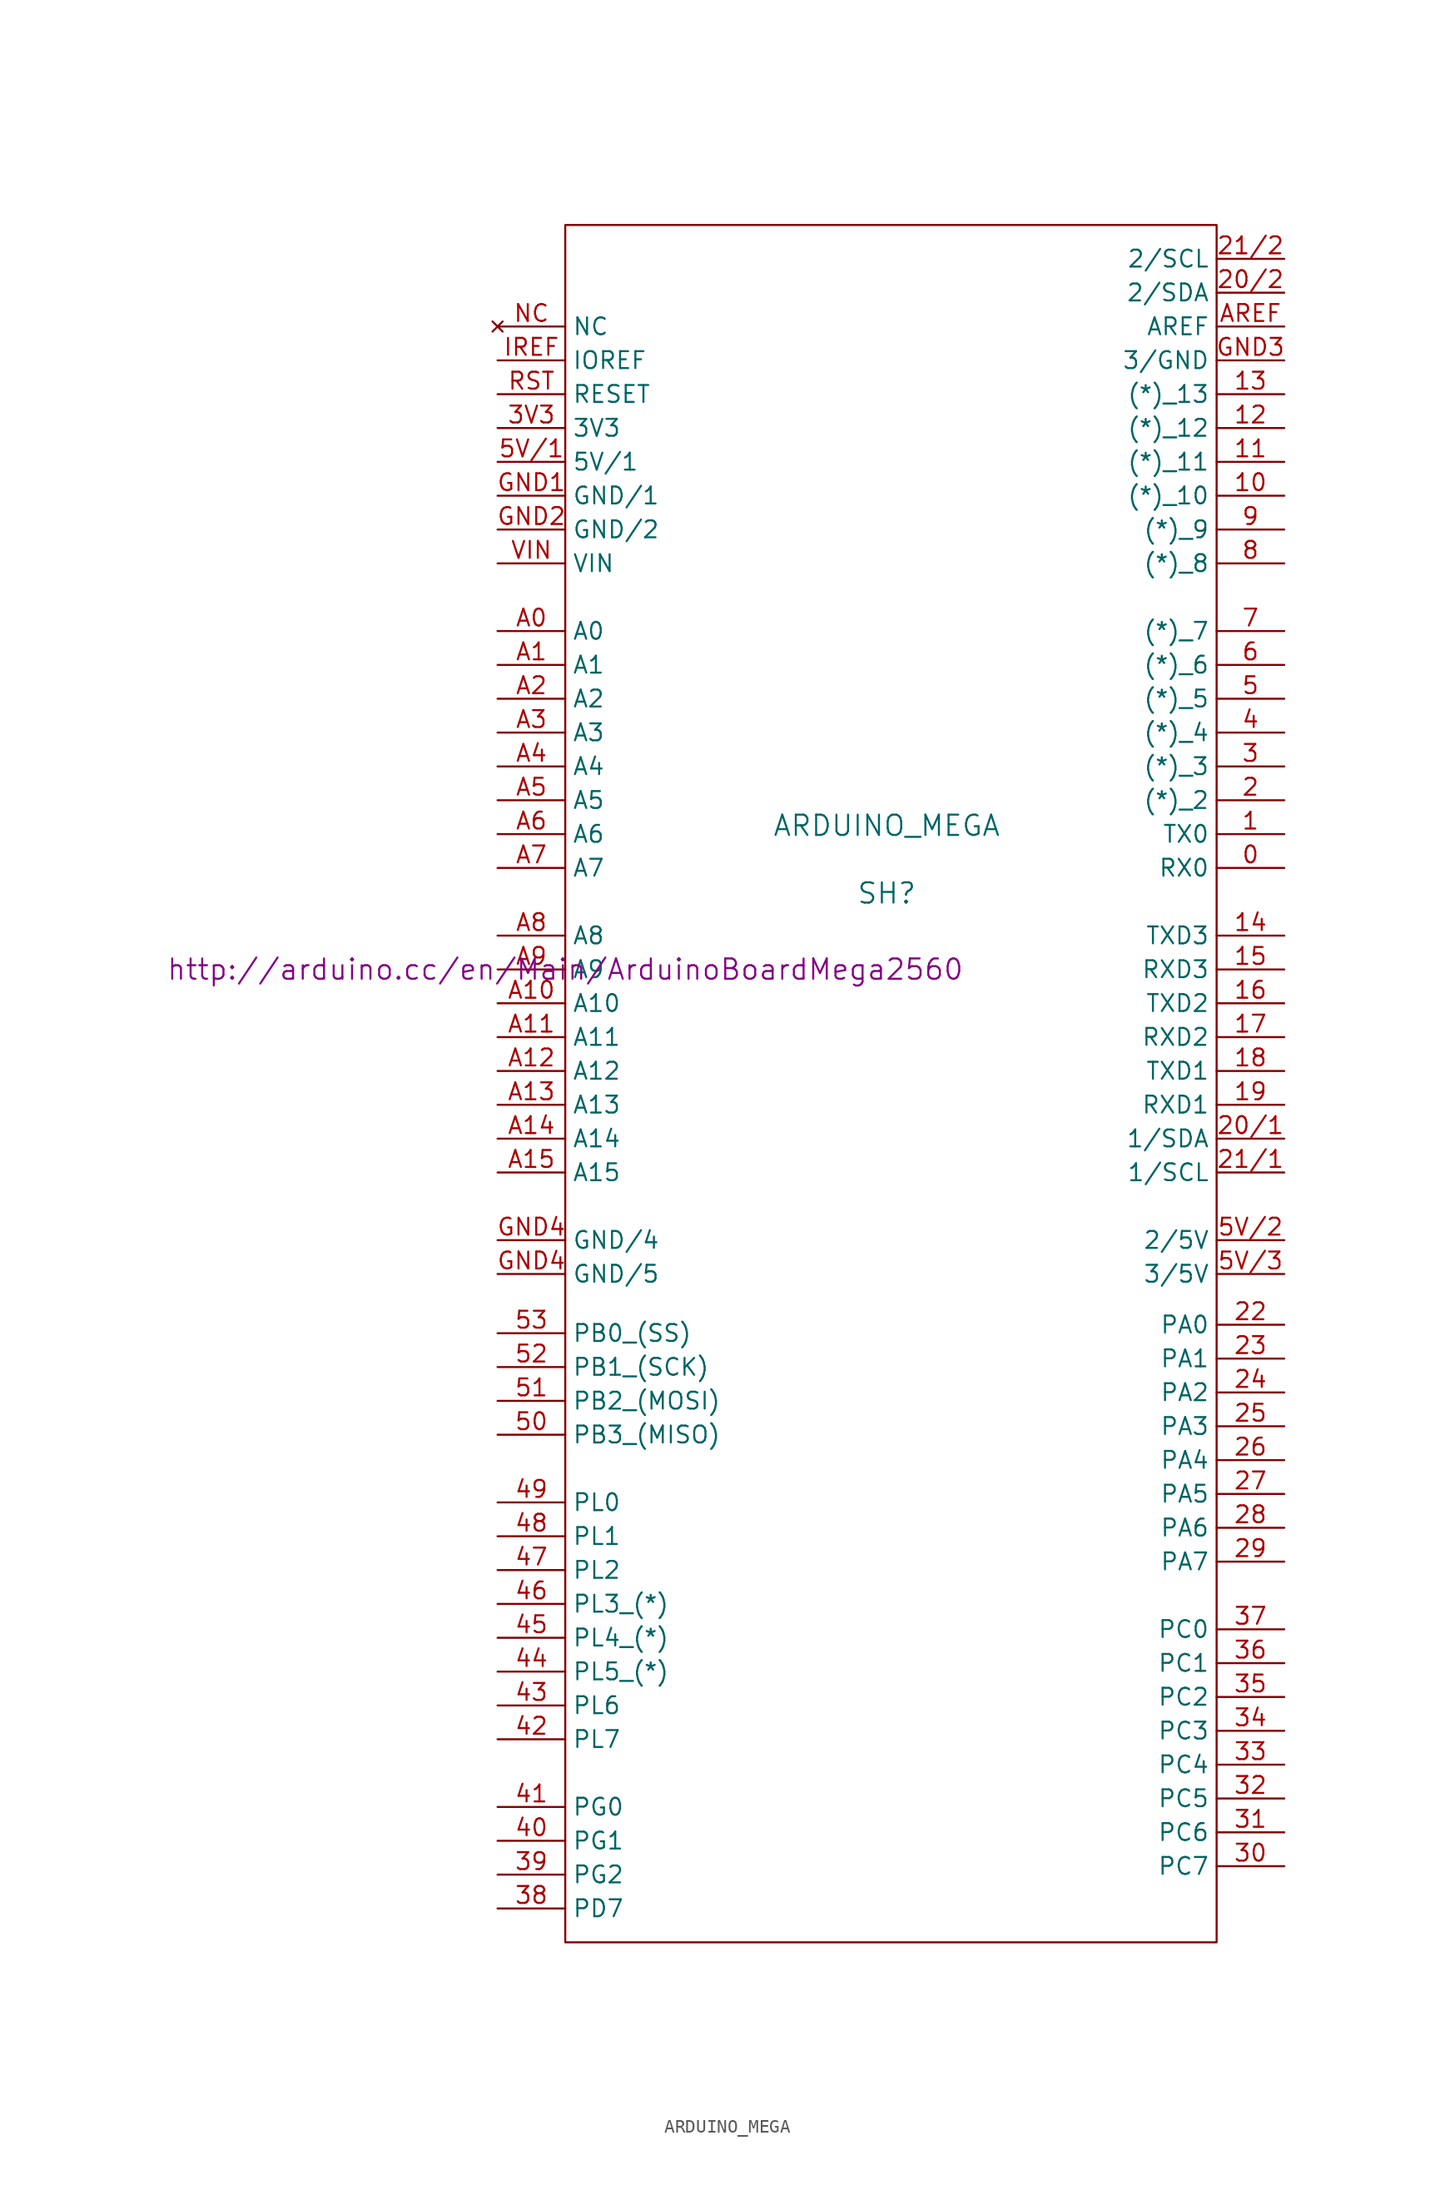
<source format=kicad_sym>
(kicad_symbol_lib
  (version 20220102)
  (generator kicad_symbol_editor)
  (symbol "ARDUINO_MEGA"
    (property "Reference" "SH"
      (at 0 13.335 0)
      (effects (font (size 1.524 1.524))))
    (property "Value" "ARDUINO_MEGA"
      (at 0 18.415 0)
      (effects (font (size 1.524 1.524))))
    (property "Footprint" ""
      (at -24.13 7.62 0)
      (effects (font (size 1.524 1.524))))
    (property "Datasheet" "http://arduino.cc/en/Main/ArduinoBoardMega2560"
      (at -24.13 7.62 0)
      (effects (font (size 1.524 1.524))))
    (symbol "ARDUINO_MEGA_0_1"
      (rectangle (start -24.13 -65.405) (end 24.765 63.5) (stroke (width 0) (type default)) (fill (type none))))
    (symbol "ARDUINO_MEGA_1_1"
      (pin input line (at 29.845 15.24 180) (length 5.08) (name "RX0" (effects (font (size 1.27 1.27)))) (number "0" (effects (font (size 1.27 1.27)))))
      (pin input line (at 29.845 17.78 180) (length 5.08) (name "TX0" (effects (font (size 1.27 1.27)))) (number "1" (effects (font (size 1.27 1.27)))))
      (pin input line (at 29.845 43.18 180) (length 5.08) (name "(*)_10" (effects (font (size 1.27 1.27)))) (number "10" (effects (font (size 1.27 1.27)))))
      (pin input line (at 29.845 45.72 180) (length 5.08) (name "(*)_11" (effects (font (size 1.27 1.27)))) (number "11" (effects (font (size 1.27 1.27)))))
      (pin input line (at 29.845 48.26 180) (length 5.08) (name "(*)_12" (effects (font (size 1.27 1.27)))) (number "12" (effects (font (size 1.27 1.27)))))
      (pin input line (at 29.845 50.8 180) (length 5.08) (name "(*)_13" (effects (font (size 1.27 1.27)))) (number "13" (effects (font (size 1.27 1.27)))))
      (pin input line (at 29.845 10.16 180) (length 5.08) (name "TXD3" (effects (font (size 1.27 1.27)))) (number "14" (effects (font (size 1.27 1.27)))))
      (pin input line (at 29.845 7.62 180) (length 5.08) (name "RXD3" (effects (font (size 1.27 1.27)))) (number "15" (effects (font (size 1.27 1.27)))))
      (pin input line (at 29.845 5.08 180) (length 5.08) (name "TXD2" (effects (font (size 1.27 1.27)))) (number "16" (effects (font (size 1.27 1.27)))))
      (pin input line (at 29.845 2.54 180) (length 5.08) (name "RXD2" (effects (font (size 1.27 1.27)))) (number "17" (effects (font (size 1.27 1.27)))))
      (pin input line (at 29.845 0 180) (length 5.08) (name "TXD1" (effects (font (size 1.27 1.27)))) (number "18" (effects (font (size 1.27 1.27)))))
      (pin input line (at 29.845 -2.54 180) (length 5.08) (name "RXD1" (effects (font (size 1.27 1.27)))) (number "19" (effects (font (size 1.27 1.27)))))
      (pin input line (at 29.845 20.32 180) (length 5.08) (name "(*)_2" (effects (font (size 1.27 1.27)))) (number "2" (effects (font (size 1.27 1.27)))))
      (pin input line (at 29.845 -5.08 180) (length 5.08) (name "1/SDA" (effects (font (size 1.27 1.27)))) (number "20/1" (effects (font (size 1.27 1.27)))))
      (pin input line (at 29.845 58.42 180) (length 5.08) (name "2/SDA" (effects (font (size 1.27 1.27)))) (number "20/2" (effects (font (size 1.27 1.27)))))
      (pin input line (at 29.845 -7.62 180) (length 5.08) (name "1/SCL" (effects (font (size 1.27 1.27)))) (number "21/1" (effects (font (size 1.27 1.27)))))
      (pin input line (at 29.845 60.96 180) (length 5.08) (name "2/SCL" (effects (font (size 1.27 1.27)))) (number "21/2" (effects (font (size 1.27 1.27)))))
      (pin input line (at 29.845 -19.05 180) (length 5.08) (name "PA0" (effects (font (size 1.27 1.27)))) (number "22" (effects (font (size 1.27 1.27)))))
      (pin input line (at 29.845 -21.59 180) (length 5.08) (name "PA1" (effects (font (size 1.27 1.27)))) (number "23" (effects (font (size 1.27 1.27)))))
      (pin input line (at 29.845 -24.13 180) (length 5.08) (name "PA2" (effects (font (size 1.27 1.27)))) (number "24" (effects (font (size 1.27 1.27)))))
      (pin input line (at 29.845 -26.67 180) (length 5.08) (name "PA3" (effects (font (size 1.27 1.27)))) (number "25" (effects (font (size 1.27 1.27)))))
      (pin input line (at 29.845 -29.21 180) (length 5.08) (name "PA4" (effects (font (size 1.27 1.27)))) (number "26" (effects (font (size 1.27 1.27)))))
      (pin input line (at 29.845 -31.75 180) (length 5.08) (name "PA5" (effects (font (size 1.27 1.27)))) (number "27" (effects (font (size 1.27 1.27)))))
      (pin input line (at 29.845 -34.29 180) (length 5.08) (name "PA6" (effects (font (size 1.27 1.27)))) (number "28" (effects (font (size 1.27 1.27)))))
      (pin input line (at 29.845 -36.83 180) (length 5.08) (name "PA7" (effects (font (size 1.27 1.27)))) (number "29" (effects (font (size 1.27 1.27)))))
      (pin input line (at 29.845 22.86 180) (length 5.08) (name "(*)_3" (effects (font (size 1.27 1.27)))) (number "3" (effects (font (size 1.27 1.27)))))
      (pin input line (at 29.845 -59.69 180) (length 5.08) (name "PC7" (effects (font (size 1.27 1.27)))) (number "30" (effects (font (size 1.27 1.27)))))
      (pin input line (at 29.845 -57.15 180) (length 5.08) (name "PC6" (effects (font (size 1.27 1.27)))) (number "31" (effects (font (size 1.27 1.27)))))
      (pin input line (at 29.845 -54.61 180) (length 5.08) (name "PC5" (effects (font (size 1.27 1.27)))) (number "32" (effects (font (size 1.27 1.27)))))
      (pin input line (at 29.845 -52.07 180) (length 5.08) (name "PC4" (effects (font (size 1.27 1.27)))) (number "33" (effects (font (size 1.27 1.27)))))
      (pin input line (at 29.845 -49.53 180) (length 5.08) (name "PC3" (effects (font (size 1.27 1.27)))) (number "34" (effects (font (size 1.27 1.27)))))
      (pin input line (at 29.845 -46.99 180) (length 5.08) (name "PC2" (effects (font (size 1.27 1.27)))) (number "35" (effects (font (size 1.27 1.27)))))
      (pin input line (at 29.845 -44.45 180) (length 5.08) (name "PC1" (effects (font (size 1.27 1.27)))) (number "36" (effects (font (size 1.27 1.27)))))
      (pin input line (at 29.845 -41.91 180) (length 5.08) (name "PC0" (effects (font (size 1.27 1.27)))) (number "37" (effects (font (size 1.27 1.27)))))
      (pin input line (at -29.21 -62.865 0) (length 5.08) (name "PD7" (effects (font (size 1.27 1.27)))) (number "38" (effects (font (size 1.27 1.27)))))
      (pin input line (at -29.21 -60.325 0) (length 5.08) (name "PG2" (effects (font (size 1.27 1.27)))) (number "39" (effects (font (size 1.27 1.27)))))
      (pin input line (at -29.21 48.26 0) (length 5.08) (name "3V3" (effects (font (size 1.27 1.27)))) (number "3V3" (effects (font (size 1.27 1.27)))))
      (pin input line (at 29.845 25.4 180) (length 5.08) (name "(*)_4" (effects (font (size 1.27 1.27)))) (number "4" (effects (font (size 1.27 1.27)))))
      (pin input line (at -29.21 -57.785 0) (length 5.08) (name "PG1" (effects (font (size 1.27 1.27)))) (number "40" (effects (font (size 1.27 1.27)))))
      (pin input line (at -29.21 -55.245 0) (length 5.08) (name "PG0" (effects (font (size 1.27 1.27)))) (number "41" (effects (font (size 1.27 1.27)))))
      (pin input line (at -29.21 -50.165 0) (length 5.08) (name "PL7" (effects (font (size 1.27 1.27)))) (number "42" (effects (font (size 1.27 1.27)))))
      (pin input line (at -29.21 -47.625 0) (length 5.08) (name "PL6" (effects (font (size 1.27 1.27)))) (number "43" (effects (font (size 1.27 1.27)))))
      (pin input line (at -29.21 -45.085 0) (length 5.08) (name "PL5_(*)" (effects (font (size 1.27 1.27)))) (number "44" (effects (font (size 1.27 1.27)))))
      (pin input line (at -29.21 -42.545 0) (length 5.08) (name "PL4_(*)" (effects (font (size 1.27 1.27)))) (number "45" (effects (font (size 1.27 1.27)))))
      (pin input line (at -29.21 -40.005 0) (length 5.08) (name "PL3_(*)" (effects (font (size 1.27 1.27)))) (number "46" (effects (font (size 1.27 1.27)))))
      (pin input line (at -29.21 -37.465 0) (length 5.08) (name "PL2" (effects (font (size 1.27 1.27)))) (number "47" (effects (font (size 1.27 1.27)))))
      (pin input line (at -29.21 -34.925 0) (length 5.08) (name "PL1" (effects (font (size 1.27 1.27)))) (number "48" (effects (font (size 1.27 1.27)))))
      (pin input line (at -29.21 -32.385 0) (length 5.08) (name "PL0" (effects (font (size 1.27 1.27)))) (number "49" (effects (font (size 1.27 1.27)))))
      (pin input line (at 29.845 27.94 180) (length 5.08) (name "(*)_5" (effects (font (size 1.27 1.27)))) (number "5" (effects (font (size 1.27 1.27)))))
      (pin input line (at -29.21 -27.305 0) (length 5.08) (name "PB3_(MISO)" (effects (font (size 1.27 1.27)))) (number "50" (effects (font (size 1.27 1.27)))))
      (pin input line (at -29.21 -24.765 0) (length 5.08) (name "PB2_(MOSI)" (effects (font (size 1.27 1.27)))) (number "51" (effects (font (size 1.27 1.27)))))
      (pin input line (at -29.21 -22.225 0) (length 5.08) (name "PB1_(SCK)" (effects (font (size 1.27 1.27)))) (number "52" (effects (font (size 1.27 1.27)))))
      (pin input line (at -29.21 -19.685 0) (length 5.08) (name "PB0_(SS)" (effects (font (size 1.27 1.27)))) (number "53" (effects (font (size 1.27 1.27)))))
      (pin input line (at -29.21 45.72 0) (length 5.08) (name "5V/1" (effects (font (size 1.27 1.27)))) (number "5V/1" (effects (font (size 1.27 1.27)))))
      (pin input line (at 29.845 -12.7 180) (length 5.08) (name "2/5V" (effects (font (size 1.27 1.27)))) (number "5V/2" (effects (font (size 1.27 1.27)))))
      (pin input line (at 29.845 -15.24 180) (length 5.08) (name "3/5V" (effects (font (size 1.27 1.27)))) (number "5V/3" (effects (font (size 1.27 1.27)))))
      (pin input line (at 29.845 30.48 180) (length 5.08) (name "(*)_6" (effects (font (size 1.27 1.27)))) (number "6" (effects (font (size 1.27 1.27)))))
      (pin input line (at 29.845 33.02 180) (length 5.08) (name "(*)_7" (effects (font (size 1.27 1.27)))) (number "7" (effects (font (size 1.27 1.27)))))
      (pin input line (at 29.845 38.1 180) (length 5.08) (name "(*)_8" (effects (font (size 1.27 1.27)))) (number "8" (effects (font (size 1.27 1.27)))))
      (pin input line (at 29.845 40.64 180) (length 5.08) (name "(*)_9" (effects (font (size 1.27 1.27)))) (number "9" (effects (font (size 1.27 1.27)))))
      (pin input line (at -29.21 33.02 0) (length 5.08) (name "A0" (effects (font (size 1.27 1.27)))) (number "A0" (effects (font (size 1.27 1.27)))))
      (pin input line (at -29.21 30.48 0) (length 5.08) (name "A1" (effects (font (size 1.27 1.27)))) (number "A1" (effects (font (size 1.27 1.27)))))
      (pin input line (at -29.21 5.08 0) (length 5.08) (name "A10" (effects (font (size 1.27 1.27)))) (number "A10" (effects (font (size 1.27 1.27)))))
      (pin input line (at -29.21 2.54 0) (length 5.08) (name "A11" (effects (font (size 1.27 1.27)))) (number "A11" (effects (font (size 1.27 1.27)))))
      (pin input line (at -29.21 0 0) (length 5.08) (name "A12" (effects (font (size 1.27 1.27)))) (number "A12" (effects (font (size 1.27 1.27)))))
      (pin input line (at -29.21 -2.54 0) (length 5.08) (name "A13" (effects (font (size 1.27 1.27)))) (number "A13" (effects (font (size 1.27 1.27)))))
      (pin input line (at -29.21 -5.08 0) (length 5.08) (name "A14" (effects (font (size 1.27 1.27)))) (number "A14" (effects (font (size 1.27 1.27)))))
      (pin input line (at -29.21 -7.62 0) (length 5.08) (name "A15" (effects (font (size 1.27 1.27)))) (number "A15" (effects (font (size 1.27 1.27)))))
      (pin input line (at -29.21 27.94 0) (length 5.08) (name "A2" (effects (font (size 1.27 1.27)))) (number "A2" (effects (font (size 1.27 1.27)))))
      (pin input line (at -29.21 25.4 0) (length 5.08) (name "A3" (effects (font (size 1.27 1.27)))) (number "A3" (effects (font (size 1.27 1.27)))))
      (pin input line (at -29.21 22.86 0) (length 5.08) (name "A4" (effects (font (size 1.27 1.27)))) (number "A4" (effects (font (size 1.27 1.27)))))
      (pin input line (at -29.21 20.32 0) (length 5.08) (name "A5" (effects (font (size 1.27 1.27)))) (number "A5" (effects (font (size 1.27 1.27)))))
      (pin input line (at -29.21 17.78 0) (length 5.08) (name "A6" (effects (font (size 1.27 1.27)))) (number "A6" (effects (font (size 1.27 1.27)))))
      (pin input line (at -29.21 15.24 0) (length 5.08) (name "A7" (effects (font (size 1.27 1.27)))) (number "A7" (effects (font (size 1.27 1.27)))))
      (pin input line (at -29.21 10.16 0) (length 5.08) (name "A8" (effects (font (size 1.27 1.27)))) (number "A8" (effects (font (size 1.27 1.27)))))
      (pin input line (at -29.21 7.62 0) (length 5.08) (name "A9" (effects (font (size 1.27 1.27)))) (number "A9" (effects (font (size 1.27 1.27)))))
      (pin input line (at 29.845 55.88 180) (length 5.08) (name "AREF" (effects (font (size 1.27 1.27)))) (number "AREF" (effects (font (size 1.27 1.27)))))
      (pin input line (at -29.21 43.18 0) (length 5.08) (name "GND/1" (effects (font (size 1.27 1.27)))) (number "GND1" (effects (font (size 1.27 1.27)))))
      (pin input line (at -29.21 40.64 0) (length 5.08) (name "GND/2" (effects (font (size 1.27 1.27)))) (number "GND2" (effects (font (size 1.27 1.27)))))
      (pin input line (at 29.845 53.34 180) (length 5.08) (name "3/GND" (effects (font (size 1.27 1.27)))) (number "GND3" (effects (font (size 1.27 1.27)))))
      (pin input line (at -29.21 -12.7 0) (length 5.08) (name "GND/4" (effects (font (size 1.27 1.27)))) (number "GND4" (effects (font (size 1.27 1.27)))))
      (pin input line (at -29.21 -15.24 0) (length 5.08) (name "GND/5" (effects (font (size 1.27 1.27)))) (number "GND4" (effects (font (size 1.27 1.27)))))
      (pin input line (at -29.21 53.34 0) (length 5.08) (name "IOREF" (effects (font (size 1.27 1.27)))) (number "IREF" (effects (font (size 1.27 1.27)))))
      (pin no_connect line (at -29.21 55.88 0) (length 5.08) (name "NC" (effects (font (size 1.27 1.27)))) (number "NC" (effects (font (size 1.27 1.27)))))
      (pin input line (at -29.21 50.8 0) (length 5.08) (name "RESET" (effects (font (size 1.27 1.27)))) (number "RST" (effects (font (size 1.27 1.27)))))
      (pin input line (at -29.21 38.1 0) (length 5.08) (name "VIN" (effects (font (size 1.27 1.27)))) (number "VIN" (effects (font (size 1.27 1.27))))))))
</source>
